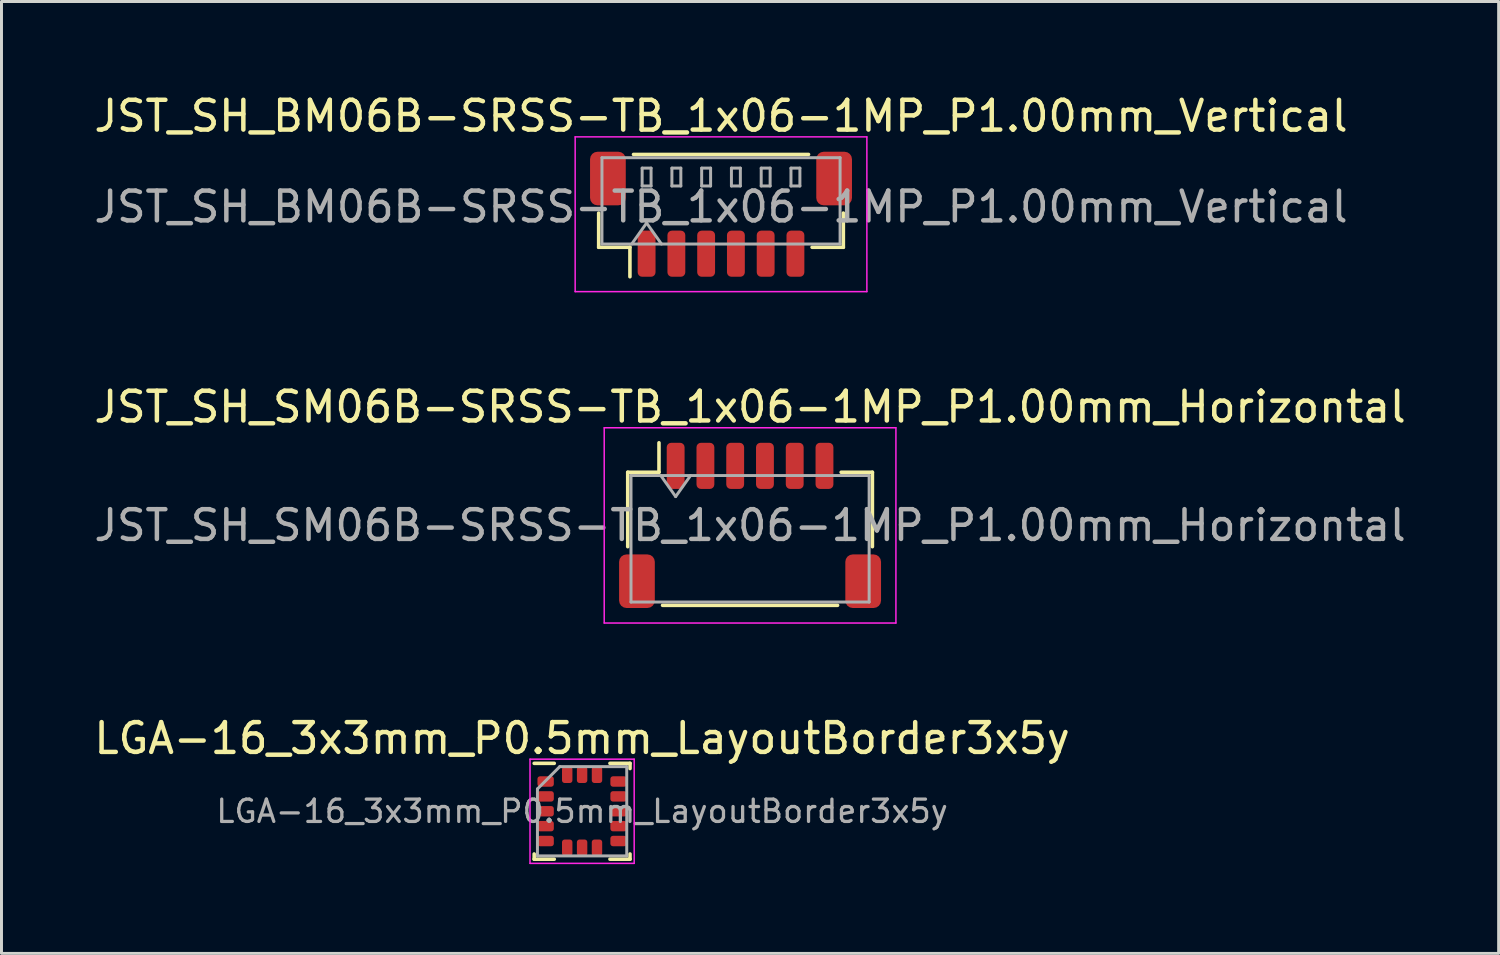
<source format=kicad_pcb>
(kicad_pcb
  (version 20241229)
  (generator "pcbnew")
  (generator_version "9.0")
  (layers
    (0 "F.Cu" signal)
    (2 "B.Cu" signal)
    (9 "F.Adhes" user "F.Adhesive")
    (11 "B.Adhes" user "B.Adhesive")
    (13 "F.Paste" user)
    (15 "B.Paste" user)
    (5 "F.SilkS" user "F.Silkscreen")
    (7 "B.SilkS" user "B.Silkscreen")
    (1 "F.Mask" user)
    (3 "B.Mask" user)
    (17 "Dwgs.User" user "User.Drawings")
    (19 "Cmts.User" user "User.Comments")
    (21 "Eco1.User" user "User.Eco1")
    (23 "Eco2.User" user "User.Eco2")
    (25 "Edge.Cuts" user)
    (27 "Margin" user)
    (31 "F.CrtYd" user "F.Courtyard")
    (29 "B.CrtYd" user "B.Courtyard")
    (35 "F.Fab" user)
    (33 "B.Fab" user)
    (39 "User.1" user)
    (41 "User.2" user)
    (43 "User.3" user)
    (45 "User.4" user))
  (footprint "JST_SH_SM06B-SRSS-TB_1x06-1MP_P1.00mm_Horizontal"
    (layer "F.Cu")
    (at 22.149 14.601)
    (property "Reference" "JST_SH_SM06B-SRSS-TB_1x06-1MP_P1.00mm_Horizontal" (at 0 -3.98 0) (layer "F.SilkS") (effects (font (size 1 1) (thickness 0.15))))
    (attr smd)
    (fp_line (start -4.11 -1.785) (end -3.06 -1.785) (stroke (width 0.12) (type solid)) (layer "F.SilkS"))
    (fp_line (start -4.11 0.715) (end -4.11 -1.785) (stroke (width 0.12) (type solid)) (layer "F.SilkS"))
    (fp_line (start -3.06 -1.785) (end -3.06 -2.775) (stroke (width 0.12) (type solid)) (layer "F.SilkS"))
    (fp_line (start -2.94 2.685) (end 2.94 2.685) (stroke (width 0.12) (type solid)) (layer "F.SilkS"))
    (fp_line (start 4.11 -1.785) (end 3.06 -1.785) (stroke (width 0.12) (type solid)) (layer "F.SilkS"))
    (fp_line (start 4.11 0.715) (end 4.11 -1.785) (stroke (width 0.12) (type solid)) (layer "F.SilkS"))
    (fp_line (start -4.9 -3.28) (end -4.9 3.28) (stroke (width 0.05) (type solid)) (layer "F.CrtYd"))
    (fp_line (start -4.9 3.28) (end 4.9 3.28) (stroke (width 0.05) (type solid)) (layer "F.CrtYd"))
    (fp_line (start 4.9 -3.28) (end -4.9 -3.28) (stroke (width 0.05) (type solid)) (layer "F.CrtYd"))
    (fp_line (start 4.9 3.28) (end 4.9 -3.28) (stroke (width 0.05) (type solid)) (layer "F.CrtYd"))
    (fp_line (start -4 -1.675) (end -4 2.575) (stroke (width 0.1) (type solid)) (layer "F.Fab"))
    (fp_line (start -4 -1.675) (end 4 -1.675) (stroke (width 0.1) (type solid)) (layer "F.Fab"))
    (fp_line (start -4 2.575) (end 4 2.575) (stroke (width 0.1) (type solid)) (layer "F.Fab"))
    (fp_line (start -3 -1.675) (end -2.5 -0.968) (stroke (width 0.1) (type solid)) (layer "F.Fab"))
    (fp_line (start -2.5 -0.968) (end -2 -1.675) (stroke (width 0.1) (type solid)) (layer "F.Fab"))
    (fp_line (start 4 -1.675) (end 4 2.575) (stroke (width 0.1) (type solid)) (layer "F.Fab"))
    (fp_text user "${REFERENCE}" (at 0 0 0) (layer "F.Fab") (effects (font (size 1 1) (thickness 0.15))))
    (pad "1" smd roundrect (at -2.5 -2) (size 0.6 1.55) (layers "F.Cu" "F.Mask" "F.Paste") (roundrect_rratio 0.25))
    (pad "2" smd roundrect (at -1.5 -2) (size 0.6 1.55) (layers "F.Cu" "F.Mask" "F.Paste") (roundrect_rratio 0.25))
    (pad "3" smd roundrect (at -0.5 -2) (size 0.6 1.55) (layers "F.Cu" "F.Mask" "F.Paste") (roundrect_rratio 0.25))
    (pad "4" smd roundrect (at 0.5 -2) (size 0.6 1.55) (layers "F.Cu" "F.Mask" "F.Paste") (roundrect_rratio 0.25))
    (pad "5" smd roundrect (at 1.5 -2) (size 0.6 1.55) (layers "F.Cu" "F.Mask" "F.Paste") (roundrect_rratio 0.25))
    (pad "6" smd roundrect (at 2.5 -2) (size 0.6 1.55) (layers "F.Cu" "F.Mask" "F.Paste") (roundrect_rratio 0.25))
    (pad "MP" smd roundrect (at -3.8 1.875) (size 1.2 1.8) (layers "F.Cu" "F.Mask" "F.Paste") (roundrect_rratio 0.208))
    (pad "MP" smd roundrect (at 3.8 1.875) (size 1.2 1.8) (layers "F.Cu" "F.Mask" "F.Paste") (roundrect_rratio 0.208)))
  (footprint "LGA-16_3x3mm_P0.5mm_LayoutBorder3x5y"
    (layer "F.Cu")
    (at 16.506 24.205)
    (property "Reference" "LGA-16_3x3mm_P0.5mm_LayoutBorder3x5y" (at 0 -2.45 0) (layer "F.SilkS") (effects (font (size 1 1) (thickness 0.15))))
    (attr smd)
    (fp_line (start -1.61 1.61) (end -1.61 1.435) (stroke (width 0.12) (type solid)) (layer "F.SilkS"))
    (fp_line (start -0.935 -1.61) (end -1.61 -1.61) (stroke (width 0.12) (type solid)) (layer "F.SilkS"))
    (fp_line (start -0.935 1.61) (end -1.61 1.61) (stroke (width 0.12) (type solid)) (layer "F.SilkS"))
    (fp_line (start 0.935 -1.61) (end 1.61 -1.61) (stroke (width 0.12) (type solid)) (layer "F.SilkS"))
    (fp_line (start 0.935 1.61) (end 1.61 1.61) (stroke (width 0.12) (type solid)) (layer "F.SilkS"))
    (fp_line (start 1.61 -1.61) (end 1.61 -1.435) (stroke (width 0.12) (type solid)) (layer "F.SilkS"))
    (fp_line (start 1.61 1.61) (end 1.61 1.435) (stroke (width 0.12) (type solid)) (layer "F.SilkS"))
    (fp_line (start -1.75 -1.75) (end -1.75 1.75) (stroke (width 0.05) (type solid)) (layer "F.CrtYd"))
    (fp_line (start -1.75 1.75) (end 1.75 1.75) (stroke (width 0.05) (type solid)) (layer "F.CrtYd"))
    (fp_line (start 1.75 -1.75) (end -1.75 -1.75) (stroke (width 0.05) (type solid)) (layer "F.CrtYd"))
    (fp_line (start 1.75 1.75) (end 1.75 -1.75) (stroke (width 0.05) (type solid)) (layer "F.CrtYd"))
    (fp_line (start -1.5 -0.75) (end -0.75 -1.5) (stroke (width 0.1) (type solid)) (layer "F.Fab"))
    (fp_line (start -1.5 1.5) (end -1.5 -0.75) (stroke (width 0.1) (type solid)) (layer "F.Fab"))
    (fp_line (start -0.75 -1.5) (end 1.5 -1.5) (stroke (width 0.1) (type solid)) (layer "F.Fab"))
    (fp_line (start 1.5 -1.5) (end 1.5 1.5) (stroke (width 0.1) (type solid)) (layer "F.Fab"))
    (fp_line (start 1.5 1.5) (end -1.5 1.5) (stroke (width 0.1) (type solid)) (layer "F.Fab"))
    (fp_text user "${REFERENCE}" (at 0 0 0) (layer "F.Fab") (effects (font (size 0.75 0.75) (thickness 0.11))))
    (pad "1" smd roundrect (at -1.225 -1) (size 0.55 0.35) (layers "F.Cu" "F.Mask" "F.Paste") (roundrect_rratio 0.25))
    (pad "2" smd roundrect (at -1.225 -0.5) (size 0.55 0.35) (layers "F.Cu" "F.Mask" "F.Paste") (roundrect_rratio 0.25))
    (pad "3" smd roundrect (at -1.225 0) (size 0.55 0.35) (layers "F.Cu" "F.Mask" "F.Paste") (roundrect_rratio 0.25))
    (pad "4" smd roundrect (at -1.225 0.5) (size 0.55 0.35) (layers "F.Cu" "F.Mask" "F.Paste") (roundrect_rratio 0.25))
    (pad "5" smd roundrect (at -1.225 1) (size 0.55 0.35) (layers "F.Cu" "F.Mask" "F.Paste") (roundrect_rratio 0.25))
    (pad "6" smd roundrect (at -0.5 1.225) (size 0.35 0.55) (layers "F.Cu" "F.Mask" "F.Paste") (roundrect_rratio 0.25))
    (pad "7" smd roundrect (at 0 1.225) (size 0.35 0.55) (layers "F.Cu" "F.Mask" "F.Paste") (roundrect_rratio 0.25))
    (pad "8" smd roundrect (at 0.5 1.225) (size 0.35 0.55) (layers "F.Cu" "F.Mask" "F.Paste") (roundrect_rratio 0.25))
    (pad "9" smd roundrect (at 1.225 1) (size 0.55 0.35) (layers "F.Cu" "F.Mask" "F.Paste") (roundrect_rratio 0.25))
    (pad "10" smd roundrect (at 1.225 0.5) (size 0.55 0.35) (layers "F.Cu" "F.Mask" "F.Paste") (roundrect_rratio 0.25))
    (pad "11" smd roundrect (at 1.225 0) (size 0.55 0.35) (layers "F.Cu" "F.Mask" "F.Paste") (roundrect_rratio 0.25))
    (pad "12" smd roundrect (at 1.225 -0.5) (size 0.55 0.35) (layers "F.Cu" "F.Mask" "F.Paste") (roundrect_rratio 0.25))
    (pad "13" smd roundrect (at 1.225 -1) (size 0.55 0.35) (layers "F.Cu" "F.Mask" "F.Paste") (roundrect_rratio 0.25))
    (pad "14" smd roundrect (at 0.5 -1.225) (size 0.35 0.55) (layers "F.Cu" "F.Mask" "F.Paste") (roundrect_rratio 0.25))
    (pad "15" smd roundrect (at 0 -1.225) (size 0.35 0.55) (layers "F.Cu" "F.Mask" "F.Paste") (roundrect_rratio 0.25))
    (pad "16" smd roundrect (at -0.5 -1.225) (size 0.35 0.55) (layers "F.Cu" "F.Mask" "F.Paste") (roundrect_rratio 0.25)))
  (footprint "JST_SH_BM06B-SRSS-TB_1x06-1MP_P1.00mm_Vertical"
    (layer "F.Cu")
    (at 21.173 4.148)
    (property "Reference" "JST_SH_BM06B-SRSS-TB_1x06-1MP_P1.00mm_Vertical" (at 0 -3.3 0) (layer "F.SilkS") (effects (font (size 1 1) (thickness 0.15))))
    (attr smd)
    (fp_line (start -4.11 -0.04) (end -4.11 1.11) (stroke (width 0.12) (type solid)) (layer "F.SilkS"))
    (fp_line (start -4.11 1.11) (end -3.06 1.11) (stroke (width 0.12) (type solid)) (layer "F.SilkS"))
    (fp_line (start -3.06 1.11) (end -3.06 2.1) (stroke (width 0.12) (type solid)) (layer "F.SilkS"))
    (fp_line (start -2.94 -2.01) (end 2.94 -2.01) (stroke (width 0.12) (type solid)) (layer "F.SilkS"))
    (fp_line (start 4.11 -0.04) (end 4.11 1.11) (stroke (width 0.12) (type solid)) (layer "F.SilkS"))
    (fp_line (start 4.11 1.11) (end 3.06 1.11) (stroke (width 0.12) (type solid)) (layer "F.SilkS"))
    (fp_line (start -4.9 -2.6) (end -4.9 2.6) (stroke (width 0.05) (type solid)) (layer "F.CrtYd"))
    (fp_line (start -4.9 2.6) (end 4.9 2.6) (stroke (width 0.05) (type solid)) (layer "F.CrtYd"))
    (fp_line (start 4.9 -2.6) (end -4.9 -2.6) (stroke (width 0.05) (type solid)) (layer "F.CrtYd"))
    (fp_line (start 4.9 2.6) (end 4.9 -2.6) (stroke (width 0.05) (type solid)) (layer "F.CrtYd"))
    (fp_line (start -4 -1.9) (end 4 -1.9) (stroke (width 0.1) (type solid)) (layer "F.Fab"))
    (fp_line (start -4 1) (end -4 -1.9) (stroke (width 0.1) (type solid)) (layer "F.Fab"))
    (fp_line (start -4 1) (end 4 1) (stroke (width 0.1) (type solid)) (layer "F.Fab"))
    (fp_line (start -3 1) (end -2.5 0.293) (stroke (width 0.1) (type solid)) (layer "F.Fab"))
    (fp_line (start -2.65 -1.55) (end -2.65 -0.95) (stroke (width 0.1) (type solid)) (layer "F.Fab"))
    (fp_line (start -2.65 -0.95) (end -2.35 -0.95) (stroke (width 0.1) (type solid)) (layer "F.Fab"))
    (fp_line (start -2.5 0.293) (end -2 1) (stroke (width 0.1) (type solid)) (layer "F.Fab"))
    (fp_line (start -2.35 -1.55) (end -2.65 -1.55) (stroke (width 0.1) (type solid)) (layer "F.Fab"))
    (fp_line (start -2.35 -0.95) (end -2.35 -1.55) (stroke (width 0.1) (type solid)) (layer "F.Fab"))
    (fp_line (start -1.65 -1.55) (end -1.65 -0.95) (stroke (width 0.1) (type solid)) (layer "F.Fab"))
    (fp_line (start -1.65 -0.95) (end -1.35 -0.95) (stroke (width 0.1) (type solid)) (layer "F.Fab"))
    (fp_line (start -1.35 -1.55) (end -1.65 -1.55) (stroke (width 0.1) (type solid)) (layer "F.Fab"))
    (fp_line (start -1.35 -0.95) (end -1.35 -1.55) (stroke (width 0.1) (type solid)) (layer "F.Fab"))
    (fp_line (start -0.65 -1.55) (end -0.65 -0.95) (stroke (width 0.1) (type solid)) (layer "F.Fab"))
    (fp_line (start -0.65 -0.95) (end -0.35 -0.95) (stroke (width 0.1) (type solid)) (layer "F.Fab"))
    (fp_line (start -0.35 -1.55) (end -0.65 -1.55) (stroke (width 0.1) (type solid)) (layer "F.Fab"))
    (fp_line (start -0.35 -0.95) (end -0.35 -1.55) (stroke (width 0.1) (type solid)) (layer "F.Fab"))
    (fp_line (start 0.35 -1.55) (end 0.35 -0.95) (stroke (width 0.1) (type solid)) (layer "F.Fab"))
    (fp_line (start 0.35 -0.95) (end 0.65 -0.95) (stroke (width 0.1) (type solid)) (layer "F.Fab"))
    (fp_line (start 0.65 -1.55) (end 0.35 -1.55) (stroke (width 0.1) (type solid)) (layer "F.Fab"))
    (fp_line (start 0.65 -0.95) (end 0.65 -1.55) (stroke (width 0.1) (type solid)) (layer "F.Fab"))
    (fp_line (start 1.35 -1.55) (end 1.35 -0.95) (stroke (width 0.1) (type solid)) (layer "F.Fab"))
    (fp_line (start 1.35 -0.95) (end 1.65 -0.95) (stroke (width 0.1) (type solid)) (layer "F.Fab"))
    (fp_line (start 1.65 -1.55) (end 1.35 -1.55) (stroke (width 0.1) (type solid)) (layer "F.Fab"))
    (fp_line (start 1.65 -0.95) (end 1.65 -1.55) (stroke (width 0.1) (type solid)) (layer "F.Fab"))
    (fp_line (start 2.35 -1.55) (end 2.35 -0.95) (stroke (width 0.1) (type solid)) (layer "F.Fab"))
    (fp_line (start 2.35 -0.95) (end 2.65 -0.95) (stroke (width 0.1) (type solid)) (layer "F.Fab"))
    (fp_line (start 2.65 -1.55) (end 2.35 -1.55) (stroke (width 0.1) (type solid)) (layer "F.Fab"))
    (fp_line (start 2.65 -0.95) (end 2.65 -1.55) (stroke (width 0.1) (type solid)) (layer "F.Fab"))
    (fp_line (start 4 1) (end 4 -1.9) (stroke (width 0.1) (type solid)) (layer "F.Fab"))
    (fp_text user "${REFERENCE}" (at 0 -0.25 0) (layer "F.Fab") (effects (font (size 1 1) (thickness 0.15))))
    (pad "1" smd roundrect (at -2.5 1.325) (size 0.6 1.55) (layers "F.Cu" "F.Mask" "F.Paste") (roundrect_rratio 0.25))
    (pad "2" smd roundrect (at -1.5 1.325) (size 0.6 1.55) (layers "F.Cu" "F.Mask" "F.Paste") (roundrect_rratio 0.25))
    (pad "3" smd roundrect (at -0.5 1.325) (size 0.6 1.55) (layers "F.Cu" "F.Mask" "F.Paste") (roundrect_rratio 0.25))
    (pad "4" smd roundrect (at 0.5 1.325) (size 0.6 1.55) (layers "F.Cu" "F.Mask" "F.Paste") (roundrect_rratio 0.25))
    (pad "5" smd roundrect (at 1.5 1.325) (size 0.6 1.55) (layers "F.Cu" "F.Mask" "F.Paste") (roundrect_rratio 0.25))
    (pad "6" smd roundrect (at 2.5 1.325) (size 0.6 1.55) (layers "F.Cu" "F.Mask" "F.Paste") (roundrect_rratio 0.25))
    (pad "MP" smd roundrect (at -3.8 -1.2) (size 1.2 1.8) (layers "F.Cu" "F.Mask" "F.Paste") (roundrect_rratio 0.208))
    (pad "MP" smd roundrect (at 3.8 -1.2) (size 1.2 1.8) (layers "F.Cu" "F.Mask" "F.Paste") (roundrect_rratio 0.208)))
  (gr_rect
    (start -3 -3)
    (end 47.298 28.98)
    (stroke (width 0.1) (type default))
    (fill no)
    (layer "Edge.Cuts")))
</source>
